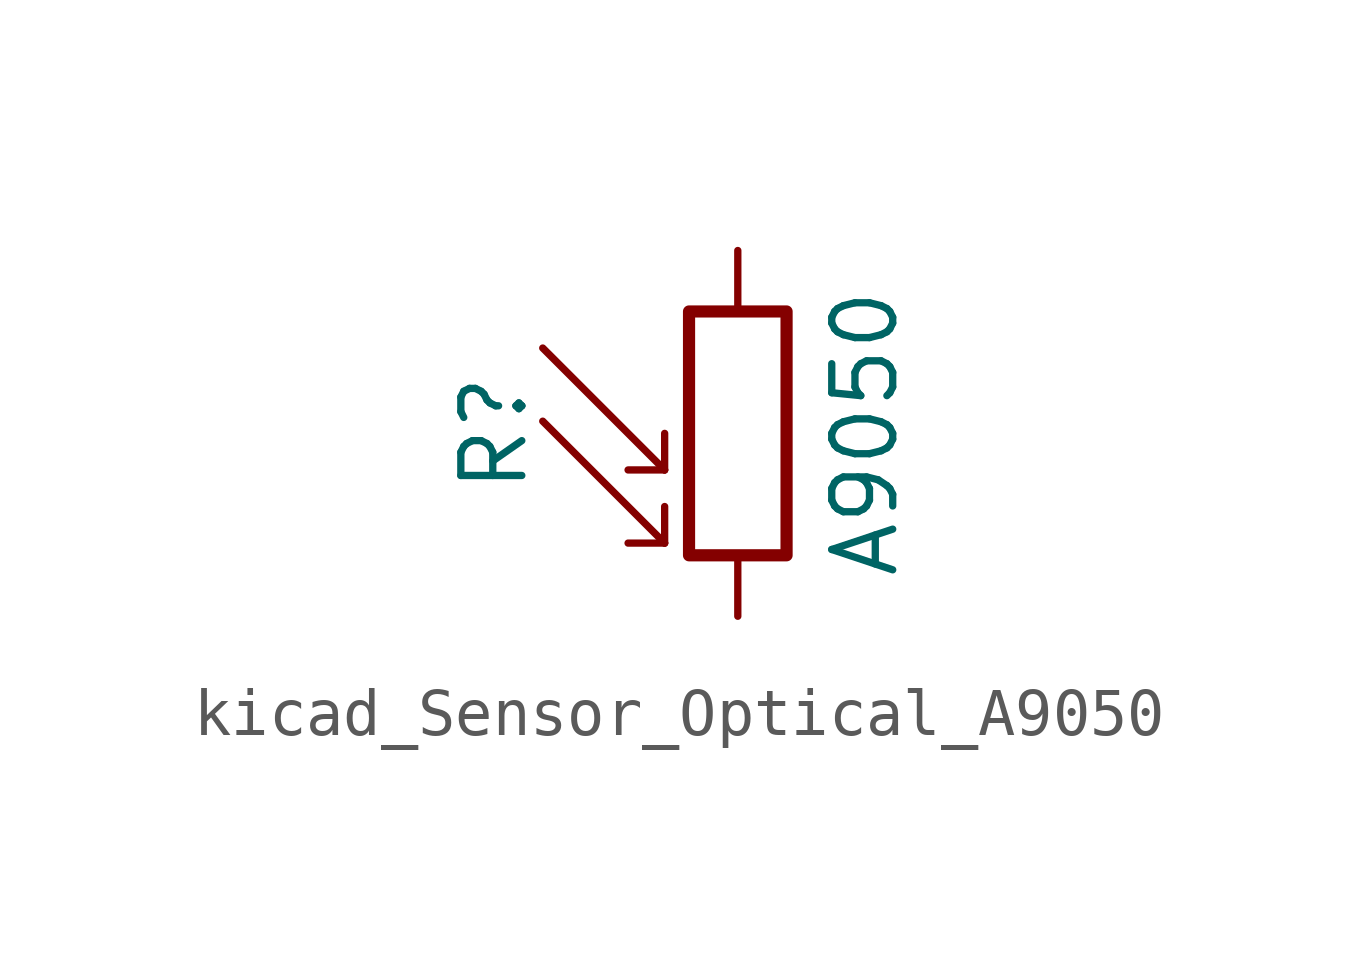
<source format=kicad_sym>
(kicad_symbol_lib
  (version 20220914)
  (generator kicad_symbol_editor)
  (symbol "kicad_Sensor_Optical_A9050"
    (pin_numbers hide)
    (pin_names
      (offset 0))
    (property "Reference" "R"
      (at -5.08 0 90)
      (effects (font (size 1.27 1.27))))
    (property "Value" "A9050"
      (at 1.905 0 90)
      (effects (font (size 1.27 1.27)) (justify top)))
    (symbol "kicad_Sensor_Optical_A9050_0_1"
      (rectangle (start -1.016 2.54) (end 1.016 -2.54) (stroke (width 0.254) (type default)) (fill (type none)))
      (polyline (pts (xy -1.524 -2.286) (xy -4.064 0.254)) (stroke (width 0) (type default)) (fill (type none)))
      (polyline (pts (xy -1.524 -2.286) (xy -2.286 -2.286)) (stroke (width 0) (type default)) (fill (type none)))
      (polyline (pts (xy -1.524 -2.286) (xy -1.524 -1.524)) (stroke (width 0) (type default)) (fill (type none)))
      (polyline (pts (xy -1.524 -0.762) (xy -4.064 1.778)) (stroke (width 0) (type default)) (fill (type none)))
      (polyline (pts (xy -1.524 -0.762) (xy -2.286 -0.762)) (stroke (width 0) (type default)) (fill (type none)))
      (polyline (pts (xy -1.524 -0.762) (xy -1.524 0)) (stroke (width 0) (type default)) (fill (type none))))
    (symbol "kicad_Sensor_Optical_A9050_1_1"
      (pin passive line (at 0 3.81 270) (length 1.27) (name "~" (effects (font (size 1.27 1.27)))) (number "1" (effects (font (size 1.27 1.27)))))
      (pin passive line (at 0 -3.81 90) (length 1.27) (name "~" (effects (font (size 1.27 1.27)))) (number "2" (effects (font (size 1.27 1.27))))))))
</source>
